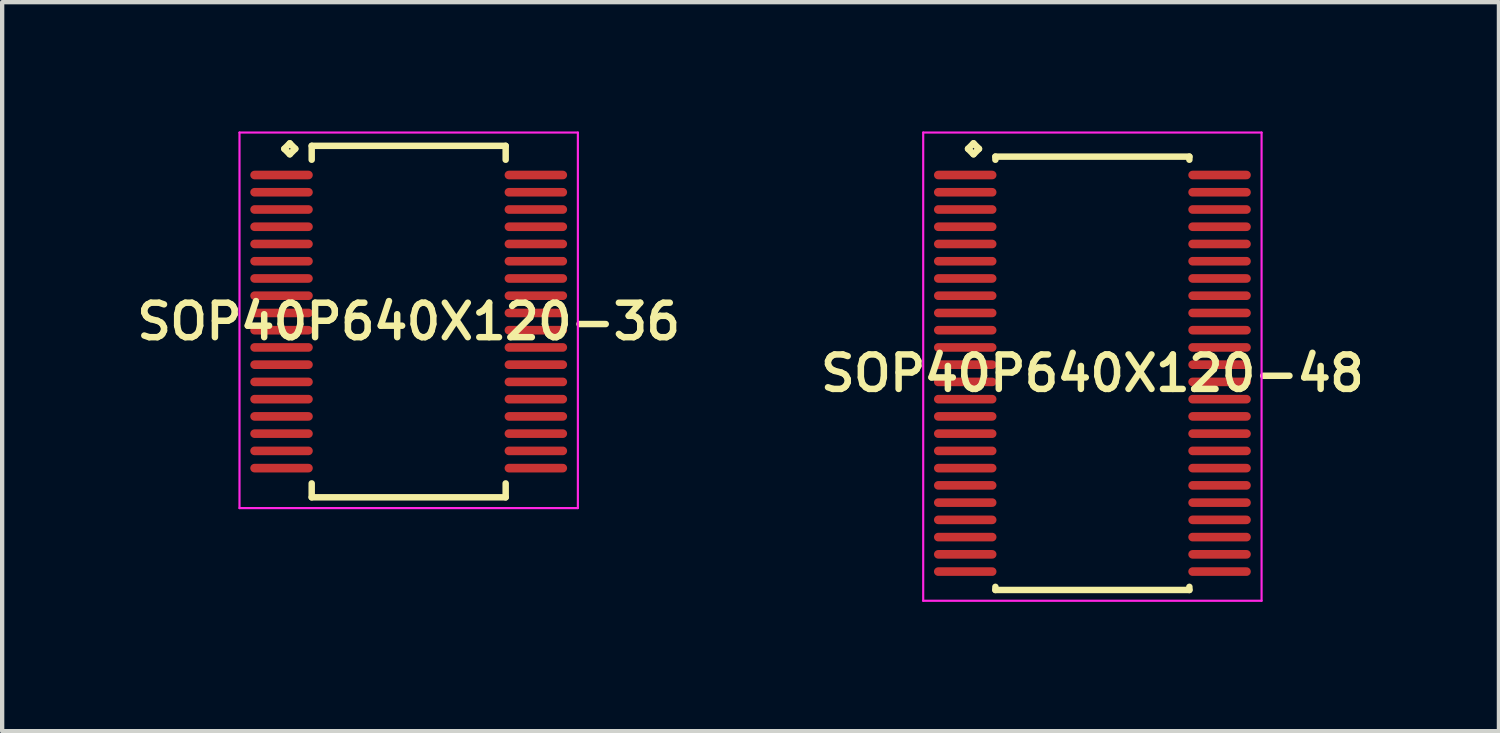
<source format=kicad_pcb>
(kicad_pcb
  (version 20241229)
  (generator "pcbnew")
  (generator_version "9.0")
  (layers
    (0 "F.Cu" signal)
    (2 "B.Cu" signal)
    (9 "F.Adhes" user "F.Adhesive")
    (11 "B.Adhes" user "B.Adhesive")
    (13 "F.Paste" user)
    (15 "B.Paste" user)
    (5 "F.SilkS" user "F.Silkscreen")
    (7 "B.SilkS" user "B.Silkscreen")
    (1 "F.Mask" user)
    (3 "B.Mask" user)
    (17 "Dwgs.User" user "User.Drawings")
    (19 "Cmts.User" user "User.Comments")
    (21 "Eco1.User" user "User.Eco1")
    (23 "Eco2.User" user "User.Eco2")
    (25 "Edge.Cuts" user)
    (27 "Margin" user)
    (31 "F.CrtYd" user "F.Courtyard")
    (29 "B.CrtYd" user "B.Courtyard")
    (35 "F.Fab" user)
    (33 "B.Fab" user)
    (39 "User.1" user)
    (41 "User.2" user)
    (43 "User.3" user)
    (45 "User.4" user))
  (footprint "SOP40P640X120-48"
    (layer "F.Cu")
    (at 22.292 5.61)
    (property "Reference" "SOP40P640X120-48" (at 0 0 0) (layer "F.SilkS") (effects (font (size 0.8 0.8) (thickness 0.15))))
    (attr smd)
    (fp_line (start -2.885 -5.208) (end -2.758 -5.335) (stroke (width 0.15) (type solid)) (layer "F.SilkS"))
    (fp_line (start -2.758 -5.335) (end -2.631 -5.208) (stroke (width 0.15) (type solid)) (layer "F.SilkS"))
    (fp_line (start -2.758 -5.081) (end -2.885 -5.208) (stroke (width 0.15) (type solid)) (layer "F.SilkS"))
    (fp_line (start -2.631 -5.208) (end -2.758 -5.081) (stroke (width 0.15) (type solid)) (layer "F.SilkS"))
    (fp_line (start -2.25 -5.027) (end 2.25 -5.027) (stroke (width 0.15) (type solid)) (layer "F.SilkS"))
    (fp_line (start -2.25 -4.954) (end -2.25 -5.027) (stroke (width 0.15) (type solid)) (layer "F.SilkS"))
    (fp_line (start -2.25 4.954) (end -2.25 5.027) (stroke (width 0.15) (type solid)) (layer "F.SilkS"))
    (fp_line (start -2.25 5.027) (end 2.25 5.027) (stroke (width 0.15) (type solid)) (layer "F.SilkS"))
    (fp_line (start 2.25 -5.027) (end 2.25 -4.954) (stroke (width 0.15) (type solid)) (layer "F.SilkS"))
    (fp_line (start 2.25 5.027) (end 2.25 4.954) (stroke (width 0.15) (type solid)) (layer "F.SilkS"))
    (fp_line (start -3.925 -5.585) (end 3.925 -5.585) (stroke (width 0.05) (type solid)) (layer "F.CrtYd"))
    (fp_line (start -3.925 5.277) (end -3.925 -5.585) (stroke (width 0.05) (type solid)) (layer "F.CrtYd"))
    (fp_line (start 3.925 -5.585) (end 3.925 5.277) (stroke (width 0.05) (type solid)) (layer "F.CrtYd"))
    (fp_line (start 3.925 5.277) (end -3.925 5.277) (stroke (width 0.05) (type solid)) (layer "F.CrtYd"))
    (pad "1" smd oval (at -2.95 -4.6) (size 1.45 0.2) (layers "F.Cu" "F.Mask" "F.Paste"))
    (pad "2" smd oval (at -2.95 -4.2) (size 1.45 0.2) (layers "F.Cu" "F.Mask" "F.Paste"))
    (pad "3" smd oval (at -2.95 -3.8) (size 1.45 0.2) (layers "F.Cu" "F.Mask" "F.Paste"))
    (pad "4" smd oval (at -2.95 -3.4) (size 1.45 0.2) (layers "F.Cu" "F.Mask" "F.Paste"))
    (pad "5" smd oval (at -2.95 -3) (size 1.45 0.2) (layers "F.Cu" "F.Mask" "F.Paste"))
    (pad "6" smd oval (at -2.95 -2.6) (size 1.45 0.2) (layers "F.Cu" "F.Mask" "F.Paste"))
    (pad "7" smd oval (at -2.95 -2.2) (size 1.45 0.2) (layers "F.Cu" "F.Mask" "F.Paste"))
    (pad "8" smd oval (at -2.95 -1.8) (size 1.45 0.2) (layers "F.Cu" "F.Mask" "F.Paste"))
    (pad "9" smd oval (at -2.95 -1.4) (size 1.45 0.2) (layers "F.Cu" "F.Mask" "F.Paste"))
    (pad "10" smd oval (at -2.95 -1) (size 1.45 0.2) (layers "F.Cu" "F.Mask" "F.Paste"))
    (pad "11" smd oval (at -2.95 -0.6) (size 1.45 0.2) (layers "F.Cu" "F.Mask" "F.Paste"))
    (pad "12" smd oval (at -2.95 -0.2) (size 1.45 0.2) (layers "F.Cu" "F.Mask" "F.Paste"))
    (pad "13" smd oval (at -2.95 0.2) (size 1.45 0.2) (layers "F.Cu" "F.Mask" "F.Paste"))
    (pad "14" smd oval (at -2.95 0.6) (size 1.45 0.2) (layers "F.Cu" "F.Mask" "F.Paste"))
    (pad "15" smd oval (at -2.95 1) (size 1.45 0.2) (layers "F.Cu" "F.Mask" "F.Paste"))
    (pad "16" smd oval (at -2.95 1.4) (size 1.45 0.2) (layers "F.Cu" "F.Mask" "F.Paste"))
    (pad "17" smd oval (at -2.95 1.8) (size 1.45 0.2) (layers "F.Cu" "F.Mask" "F.Paste"))
    (pad "18" smd oval (at -2.95 2.2) (size 1.45 0.2) (layers "F.Cu" "F.Mask" "F.Paste"))
    (pad "19" smd oval (at -2.95 2.6) (size 1.45 0.2) (layers "F.Cu" "F.Mask" "F.Paste"))
    (pad "20" smd oval (at -2.95 3) (size 1.45 0.2) (layers "F.Cu" "F.Mask" "F.Paste"))
    (pad "21" smd oval (at -2.95 3.4) (size 1.45 0.2) (layers "F.Cu" "F.Mask" "F.Paste"))
    (pad "22" smd oval (at -2.95 3.8) (size 1.45 0.2) (layers "F.Cu" "F.Mask" "F.Paste"))
    (pad "23" smd oval (at -2.95 4.2) (size 1.45 0.2) (layers "F.Cu" "F.Mask" "F.Paste"))
    (pad "24" smd oval (at -2.95 4.6) (size 1.45 0.2) (layers "F.Cu" "F.Mask" "F.Paste"))
    (pad "25" smd oval (at 2.95 4.6) (size 1.45 0.2) (layers "F.Cu" "F.Mask" "F.Paste"))
    (pad "26" smd oval (at 2.95 4.2) (size 1.45 0.2) (layers "F.Cu" "F.Mask" "F.Paste"))
    (pad "27" smd oval (at 2.95 3.8) (size 1.45 0.2) (layers "F.Cu" "F.Mask" "F.Paste"))
    (pad "28" smd oval (at 2.95 3.4) (size 1.45 0.2) (layers "F.Cu" "F.Mask" "F.Paste"))
    (pad "29" smd oval (at 2.95 3) (size 1.45 0.2) (layers "F.Cu" "F.Mask" "F.Paste"))
    (pad "30" smd oval (at 2.95 2.6) (size 1.45 0.2) (layers "F.Cu" "F.Mask" "F.Paste"))
    (pad "31" smd oval (at 2.95 2.2) (size 1.45 0.2) (layers "F.Cu" "F.Mask" "F.Paste"))
    (pad "32" smd oval (at 2.95 1.8) (size 1.45 0.2) (layers "F.Cu" "F.Mask" "F.Paste"))
    (pad "33" smd oval (at 2.95 1.4) (size 1.45 0.2) (layers "F.Cu" "F.Mask" "F.Paste"))
    (pad "34" smd oval (at 2.95 1) (size 1.45 0.2) (layers "F.Cu" "F.Mask" "F.Paste"))
    (pad "35" smd oval (at 2.95 0.6) (size 1.45 0.2) (layers "F.Cu" "F.Mask" "F.Paste"))
    (pad "36" smd oval (at 2.95 0.2) (size 1.45 0.2) (layers "F.Cu" "F.Mask" "F.Paste"))
    (pad "37" smd oval (at 2.95 -0.2) (size 1.45 0.2) (layers "F.Cu" "F.Mask" "F.Paste"))
    (pad "38" smd oval (at 2.95 -0.6) (size 1.45 0.2) (layers "F.Cu" "F.Mask" "F.Paste"))
    (pad "39" smd oval (at 2.95 -1) (size 1.45 0.2) (layers "F.Cu" "F.Mask" "F.Paste"))
    (pad "40" smd oval (at 2.95 -1.4) (size 1.45 0.2) (layers "F.Cu" "F.Mask" "F.Paste"))
    (pad "41" smd oval (at 2.95 -1.8) (size 1.45 0.2) (layers "F.Cu" "F.Mask" "F.Paste"))
    (pad "42" smd oval (at 2.95 -2.2) (size 1.45 0.2) (layers "F.Cu" "F.Mask" "F.Paste"))
    (pad "43" smd oval (at 2.95 -2.6) (size 1.45 0.2) (layers "F.Cu" "F.Mask" "F.Paste"))
    (pad "44" smd oval (at 2.95 -3) (size 1.45 0.2) (layers "F.Cu" "F.Mask" "F.Paste"))
    (pad "45" smd oval (at 2.95 -3.4) (size 1.45 0.2) (layers "F.Cu" "F.Mask" "F.Paste"))
    (pad "46" smd oval (at 2.95 -3.8) (size 1.45 0.2) (layers "F.Cu" "F.Mask" "F.Paste"))
    (pad "47" smd oval (at 2.95 -4.2) (size 1.45 0.2) (layers "F.Cu" "F.Mask" "F.Paste"))
    (pad "48" smd oval (at 2.95 -4.6) (size 1.45 0.2) (layers "F.Cu" "F.Mask" "F.Paste")))
  (footprint "SOP40P640X120-36"
    (layer "F.Cu")
    (at 6.431 4.41)
    (property "Reference" "SOP40P640X120-36" (at 0 0 0) (layer "F.SilkS") (effects (font (size 0.8 0.8) (thickness 0.15))))
    (attr smd)
    (fp_line (start -2.885 -4.008) (end -2.758 -4.135) (stroke (width 0.15) (type solid)) (layer "F.SilkS"))
    (fp_line (start -2.758 -4.135) (end -2.631 -4.008) (stroke (width 0.15) (type solid)) (layer "F.SilkS"))
    (fp_line (start -2.758 -3.881) (end -2.885 -4.008) (stroke (width 0.15) (type solid)) (layer "F.SilkS"))
    (fp_line (start -2.631 -4.008) (end -2.758 -3.881) (stroke (width 0.15) (type solid)) (layer "F.SilkS"))
    (fp_line (start -2.25 -4.077) (end 2.25 -4.077) (stroke (width 0.15) (type solid)) (layer "F.SilkS"))
    (fp_line (start -2.25 -3.754) (end -2.25 -4.077) (stroke (width 0.15) (type solid)) (layer "F.SilkS"))
    (fp_line (start -2.25 3.754) (end -2.25 4.077) (stroke (width 0.15) (type solid)) (layer "F.SilkS"))
    (fp_line (start -2.25 4.077) (end 2.25 4.077) (stroke (width 0.15) (type solid)) (layer "F.SilkS"))
    (fp_line (start 2.25 -4.077) (end 2.25 -3.754) (stroke (width 0.15) (type solid)) (layer "F.SilkS"))
    (fp_line (start 2.25 4.077) (end 2.25 3.754) (stroke (width 0.15) (type solid)) (layer "F.SilkS"))
    (fp_line (start -3.925 -4.385) (end 3.925 -4.385) (stroke (width 0.05) (type solid)) (layer "F.CrtYd"))
    (fp_line (start -3.925 4.327) (end -3.925 -4.385) (stroke (width 0.05) (type solid)) (layer "F.CrtYd"))
    (fp_line (start 3.925 -4.385) (end 3.925 4.327) (stroke (width 0.05) (type solid)) (layer "F.CrtYd"))
    (fp_line (start 3.925 4.327) (end -3.925 4.327) (stroke (width 0.05) (type solid)) (layer "F.CrtYd"))
    (pad "1" smd oval (at -2.95 -3.4) (size 1.45 0.2) (layers "F.Cu" "F.Mask" "F.Paste"))
    (pad "2" smd oval (at -2.95 -3) (size 1.45 0.2) (layers "F.Cu" "F.Mask" "F.Paste"))
    (pad "3" smd oval (at -2.95 -2.6) (size 1.45 0.2) (layers "F.Cu" "F.Mask" "F.Paste"))
    (pad "4" smd oval (at -2.95 -2.2) (size 1.45 0.2) (layers "F.Cu" "F.Mask" "F.Paste"))
    (pad "5" smd oval (at -2.95 -1.8) (size 1.45 0.2) (layers "F.Cu" "F.Mask" "F.Paste"))
    (pad "6" smd oval (at -2.95 -1.4) (size 1.45 0.2) (layers "F.Cu" "F.Mask" "F.Paste"))
    (pad "7" smd oval (at -2.95 -1) (size 1.45 0.2) (layers "F.Cu" "F.Mask" "F.Paste"))
    (pad "8" smd oval (at -2.95 -0.6) (size 1.45 0.2) (layers "F.Cu" "F.Mask" "F.Paste"))
    (pad "9" smd oval (at -2.95 -0.2) (size 1.45 0.2) (layers "F.Cu" "F.Mask" "F.Paste"))
    (pad "10" smd oval (at -2.95 0.2) (size 1.45 0.2) (layers "F.Cu" "F.Mask" "F.Paste"))
    (pad "11" smd oval (at -2.95 0.6) (size 1.45 0.2) (layers "F.Cu" "F.Mask" "F.Paste"))
    (pad "12" smd oval (at -2.95 1) (size 1.45 0.2) (layers "F.Cu" "F.Mask" "F.Paste"))
    (pad "13" smd oval (at -2.95 1.4) (size 1.45 0.2) (layers "F.Cu" "F.Mask" "F.Paste"))
    (pad "14" smd oval (at -2.95 1.8) (size 1.45 0.2) (layers "F.Cu" "F.Mask" "F.Paste"))
    (pad "15" smd oval (at -2.95 2.2) (size 1.45 0.2) (layers "F.Cu" "F.Mask" "F.Paste"))
    (pad "16" smd oval (at -2.95 2.6) (size 1.45 0.2) (layers "F.Cu" "F.Mask" "F.Paste"))
    (pad "17" smd oval (at -2.95 3) (size 1.45 0.2) (layers "F.Cu" "F.Mask" "F.Paste"))
    (pad "18" smd oval (at -2.95 3.4) (size 1.45 0.2) (layers "F.Cu" "F.Mask" "F.Paste"))
    (pad "19" smd oval (at 2.95 3.4) (size 1.45 0.2) (layers "F.Cu" "F.Mask" "F.Paste"))
    (pad "20" smd oval (at 2.95 3) (size 1.45 0.2) (layers "F.Cu" "F.Mask" "F.Paste"))
    (pad "21" smd oval (at 2.95 2.6) (size 1.45 0.2) (layers "F.Cu" "F.Mask" "F.Paste"))
    (pad "22" smd oval (at 2.95 2.2) (size 1.45 0.2) (layers "F.Cu" "F.Mask" "F.Paste"))
    (pad "23" smd oval (at 2.95 1.8) (size 1.45 0.2) (layers "F.Cu" "F.Mask" "F.Paste"))
    (pad "24" smd oval (at 2.95 1.4) (size 1.45 0.2) (layers "F.Cu" "F.Mask" "F.Paste"))
    (pad "25" smd oval (at 2.95 1) (size 1.45 0.2) (layers "F.Cu" "F.Mask" "F.Paste"))
    (pad "26" smd oval (at 2.95 0.6) (size 1.45 0.2) (layers "F.Cu" "F.Mask" "F.Paste"))
    (pad "27" smd oval (at 2.95 0.2) (size 1.45 0.2) (layers "F.Cu" "F.Mask" "F.Paste"))
    (pad "28" smd oval (at 2.95 -0.2) (size 1.45 0.2) (layers "F.Cu" "F.Mask" "F.Paste"))
    (pad "29" smd oval (at 2.95 -0.6) (size 1.45 0.2) (layers "F.Cu" "F.Mask" "F.Paste"))
    (pad "30" smd oval (at 2.95 -1) (size 1.45 0.2) (layers "F.Cu" "F.Mask" "F.Paste"))
    (pad "31" smd oval (at 2.95 -1.4) (size 1.45 0.2) (layers "F.Cu" "F.Mask" "F.Paste"))
    (pad "32" smd oval (at 2.95 -1.8) (size 1.45 0.2) (layers "F.Cu" "F.Mask" "F.Paste"))
    (pad "33" smd oval (at 2.95 -2.2) (size 1.45 0.2) (layers "F.Cu" "F.Mask" "F.Paste"))
    (pad "34" smd oval (at 2.95 -2.6) (size 1.45 0.2) (layers "F.Cu" "F.Mask" "F.Paste"))
    (pad "35" smd oval (at 2.95 -3) (size 1.45 0.2) (layers "F.Cu" "F.Mask" "F.Paste"))
    (pad "36" smd oval (at 2.95 -3.4) (size 1.45 0.2) (layers "F.Cu" "F.Mask" "F.Paste")))
  (gr_rect
    (start -3 -3)
    (end 31.723 13.912)
    (stroke (width 0.1) (type default))
    (fill no)
    (layer "Edge.Cuts")))
</source>
